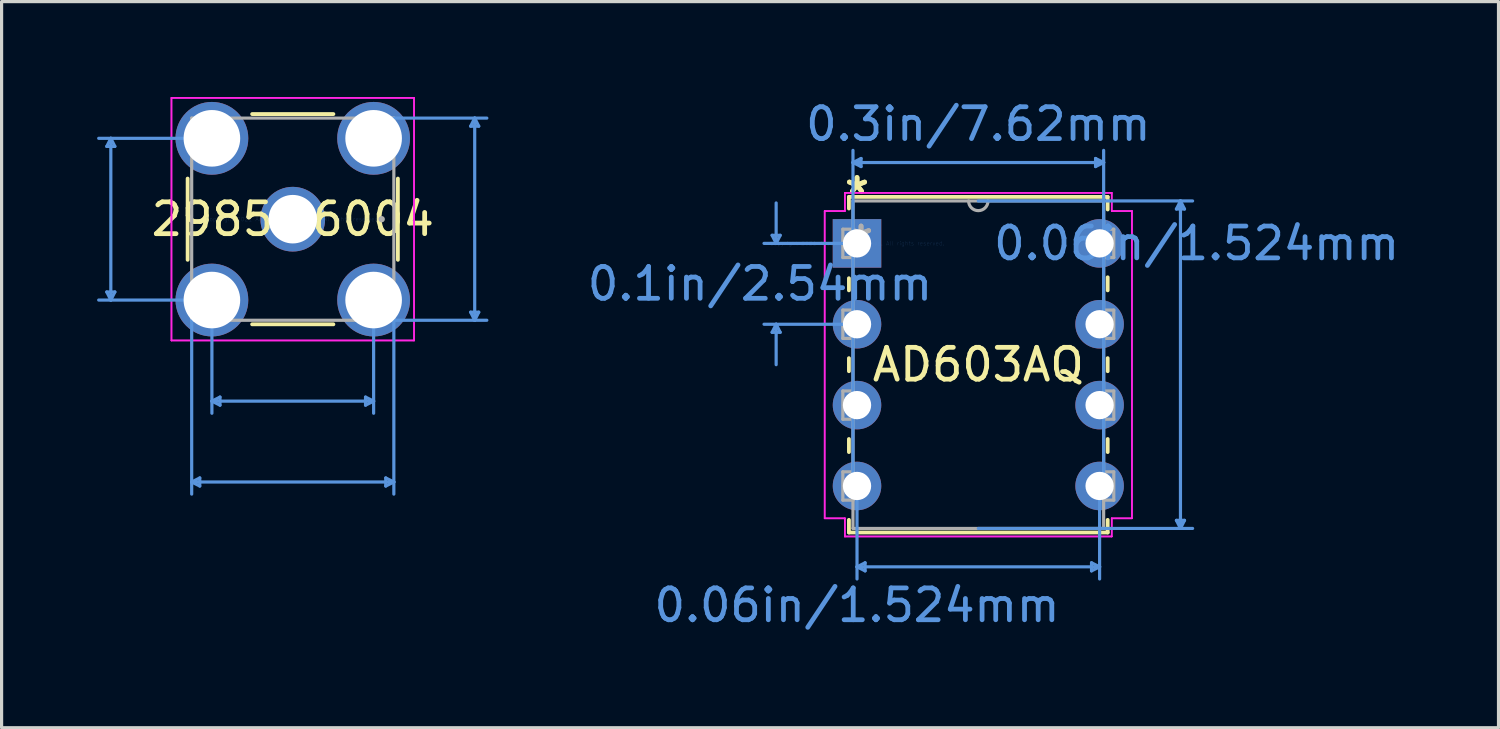
<source format=kicad_pcb>
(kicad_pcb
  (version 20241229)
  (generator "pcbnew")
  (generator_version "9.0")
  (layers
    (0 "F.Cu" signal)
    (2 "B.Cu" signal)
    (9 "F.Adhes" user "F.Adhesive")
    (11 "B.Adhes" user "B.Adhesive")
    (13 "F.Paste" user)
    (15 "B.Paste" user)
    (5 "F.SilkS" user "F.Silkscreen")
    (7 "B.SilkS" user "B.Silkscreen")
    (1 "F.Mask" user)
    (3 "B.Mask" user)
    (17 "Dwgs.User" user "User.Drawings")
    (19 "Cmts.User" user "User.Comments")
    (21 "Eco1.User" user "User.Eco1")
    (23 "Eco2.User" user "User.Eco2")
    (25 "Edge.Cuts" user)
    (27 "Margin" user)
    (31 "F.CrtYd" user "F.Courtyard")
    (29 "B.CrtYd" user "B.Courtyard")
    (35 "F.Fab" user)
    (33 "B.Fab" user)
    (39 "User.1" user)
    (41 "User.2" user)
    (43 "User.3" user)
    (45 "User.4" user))
  (footprint "2985-6004"
    (layer "F.Cu")
    (at 6.146 3.835)
    (property "Reference" "2985-6004" (at 0 0 0) (layer "F.SilkS") (effects (font (size 1 1) (thickness 0.15))))
    (attr through_hole)
    (fp_line (start -3.302 -1.276) (end -3.302 1.276) (stroke (width 0.12) (type solid)) (layer "F.SilkS"))
    (fp_line (start -1.276 3.302) (end 1.276 3.302) (stroke (width 0.12) (type solid)) (layer "F.SilkS"))
    (fp_line (start 1.276 -3.302) (end -1.276 -3.302) (stroke (width 0.12) (type solid)) (layer "F.SilkS"))
    (fp_line (start 3.302 1.276) (end 3.302 -1.276) (stroke (width 0.12) (type solid)) (layer "F.SilkS"))
    (fp_line (start -5.842 -2.286) (end -5.588 -2.286) (stroke (width 0.1) (type solid)) (layer "Cmts.User"))
    (fp_line (start -5.842 2.286) (end -5.588 2.286) (stroke (width 0.1) (type solid)) (layer "Cmts.User"))
    (fp_line (start -5.715 -2.54) (end -5.842 -2.286) (stroke (width 0.1) (type solid)) (layer "Cmts.User"))
    (fp_line (start -5.715 -2.54) (end -5.715 2.54) (stroke (width 0.1) (type solid)) (layer "Cmts.User"))
    (fp_line (start -5.715 -2.54) (end -5.588 -2.286) (stroke (width 0.1) (type solid)) (layer "Cmts.User"))
    (fp_line (start -5.715 2.54) (end -5.842 2.286) (stroke (width 0.1) (type solid)) (layer "Cmts.User"))
    (fp_line (start -5.715 2.54) (end -5.588 2.286) (stroke (width 0.1) (type solid)) (layer "Cmts.User"))
    (fp_line (start -3.175 3.175) (end -3.175 8.636) (stroke (width 0.1) (type solid)) (layer "Cmts.User"))
    (fp_line (start -3.175 8.255) (end -2.921 8.128) (stroke (width 0.1) (type solid)) (layer "Cmts.User"))
    (fp_line (start -3.175 8.255) (end -2.921 8.382) (stroke (width 0.1) (type solid)) (layer "Cmts.User"))
    (fp_line (start -3.175 8.255) (end 3.175 8.255) (stroke (width 0.1) (type solid)) (layer "Cmts.User"))
    (fp_line (start -2.921 8.128) (end -2.921 8.382) (stroke (width 0.1) (type solid)) (layer "Cmts.User"))
    (fp_line (start -2.54 -2.54) (end -6.096 -2.54) (stroke (width 0.1) (type solid)) (layer "Cmts.User"))
    (fp_line (start -2.54 2.54) (end -6.096 2.54) (stroke (width 0.1) (type solid)) (layer "Cmts.User"))
    (fp_line (start -2.54 2.54) (end -2.54 6.096) (stroke (width 0.1) (type solid)) (layer "Cmts.User"))
    (fp_line (start -2.54 5.715) (end -2.286 5.588) (stroke (width 0.1) (type solid)) (layer "Cmts.User"))
    (fp_line (start -2.54 5.715) (end -2.286 5.842) (stroke (width 0.1) (type solid)) (layer "Cmts.User"))
    (fp_line (start -2.54 5.715) (end 2.54 5.715) (stroke (width 0.1) (type solid)) (layer "Cmts.User"))
    (fp_line (start -2.286 5.588) (end -2.286 5.842) (stroke (width 0.1) (type solid)) (layer "Cmts.User"))
    (fp_line (start 2.286 5.588) (end 2.286 5.842) (stroke (width 0.1) (type solid)) (layer "Cmts.User"))
    (fp_line (start 2.54 2.54) (end 2.54 6.096) (stroke (width 0.1) (type solid)) (layer "Cmts.User"))
    (fp_line (start 2.54 5.715) (end 2.286 5.588) (stroke (width 0.1) (type solid)) (layer "Cmts.User"))
    (fp_line (start 2.54 5.715) (end 2.286 5.842) (stroke (width 0.1) (type solid)) (layer "Cmts.User"))
    (fp_line (start 2.921 8.128) (end 2.921 8.382) (stroke (width 0.1) (type solid)) (layer "Cmts.User"))
    (fp_line (start 3.175 -3.175) (end 6.096 -3.175) (stroke (width 0.1) (type solid)) (layer "Cmts.User"))
    (fp_line (start 3.175 3.175) (end 3.175 8.636) (stroke (width 0.1) (type solid)) (layer "Cmts.User"))
    (fp_line (start 3.175 3.175) (end 6.096 3.175) (stroke (width 0.1) (type solid)) (layer "Cmts.User"))
    (fp_line (start 3.175 8.255) (end 2.921 8.128) (stroke (width 0.1) (type solid)) (layer "Cmts.User"))
    (fp_line (start 3.175 8.255) (end 2.921 8.382) (stroke (width 0.1) (type solid)) (layer "Cmts.User"))
    (fp_line (start 5.588 -2.921) (end 5.842 -2.921) (stroke (width 0.1) (type solid)) (layer "Cmts.User"))
    (fp_line (start 5.588 2.921) (end 5.842 2.921) (stroke (width 0.1) (type solid)) (layer "Cmts.User"))
    (fp_line (start 5.715 -3.175) (end 5.588 -2.921) (stroke (width 0.1) (type solid)) (layer "Cmts.User"))
    (fp_line (start 5.715 -3.175) (end 5.715 3.175) (stroke (width 0.1) (type solid)) (layer "Cmts.User"))
    (fp_line (start 5.715 -3.175) (end 5.842 -2.921) (stroke (width 0.1) (type solid)) (layer "Cmts.User"))
    (fp_line (start 5.715 3.175) (end 5.588 2.921) (stroke (width 0.1) (type solid)) (layer "Cmts.User"))
    (fp_line (start 5.715 3.175) (end 5.842 2.921) (stroke (width 0.1) (type solid)) (layer "Cmts.User"))
    (fp_line (start -3.81 -3.81) (end 3.81 -3.81) (stroke (width 0.05) (type solid)) (layer "F.CrtYd"))
    (fp_line (start -3.81 -3.81) (end 3.81 -3.81) (stroke (width 0.05) (type solid)) (layer "F.CrtYd"))
    (fp_line (start -3.81 3.81) (end -3.81 -3.81) (stroke (width 0.05) (type solid)) (layer "F.CrtYd"))
    (fp_line (start -3.81 3.81) (end -3.81 -3.81) (stroke (width 0.05) (type solid)) (layer "F.CrtYd"))
    (fp_line (start 3.81 -3.81) (end 3.81 3.81) (stroke (width 0.05) (type solid)) (layer "F.CrtYd"))
    (fp_line (start 3.81 -3.81) (end 3.81 3.81) (stroke (width 0.05) (type solid)) (layer "F.CrtYd"))
    (fp_line (start 3.81 3.81) (end -3.81 3.81) (stroke (width 0.05) (type solid)) (layer "F.CrtYd"))
    (fp_line (start 3.81 3.81) (end -3.81 3.81) (stroke (width 0.05) (type solid)) (layer "F.CrtYd"))
    (fp_line (start -3.175 -3.175) (end -3.175 3.175) (stroke (width 0.1) (type solid)) (layer "F.Fab"))
    (fp_line (start -3.175 3.175) (end 3.175 3.175) (stroke (width 0.1) (type solid)) (layer "F.Fab"))
    (fp_line (start 3.175 -3.175) (end -3.175 -3.175) (stroke (width 0.1) (type solid)) (layer "F.Fab"))
    (fp_line (start 3.175 3.175) (end 3.175 -3.175) (stroke (width 0.1) (type solid)) (layer "F.Fab"))
    (fp_circle (center 2.794 0) (end 2.794 0) (stroke (width 0.1) (type solid)) (fill no) (layer "F.Fab"))
    (fp_text user "*" (at 0 0 0) (layer "F.SilkS") (effects (font (size 1 1) (thickness 0.15))))
    (fp_text user "Copyright 2021 Accelerated Designs. All rights reserved." (at 0 0 0) (layer "Cmts.User") (effects (font (size 0.127 0.127) (thickness 0.002))))
    (fp_text user "*" (at 0 0 0) (layer "F.Fab") (effects (font (size 1 1) (thickness 0.15))))
    (pad "1" thru_hole circle (at 0 0) (size 2.032 2.032) (drill 1.524) (layers "*.Cu" "*.Mask"))
    (pad "2" thru_hole circle (at -2.54 -2.54) (size 2.286 2.286) (drill 1.778) (layers "*.Cu" "*.Mask"))
    (pad "3" thru_hole circle (at -2.54 2.54) (size 2.286 2.286) (drill 1.778) (layers "*.Cu" "*.Mask"))
    (pad "4" thru_hole circle (at 2.54 2.54) (size 2.286 2.286) (drill 1.778) (layers "*.Cu" "*.Mask"))
    (pad "5" thru_hole circle (at 2.54 -2.54) (size 2.286 2.286) (drill 1.778) (layers "*.Cu" "*.Mask")))
  (footprint "AD603AQ"
    (layer "F.Cu")
    (at 23.87 4.595)
    (property "Reference" "AD603AQ" (at 3.81 3.81 0) (layer "F.SilkS") (effects (font (size 1 1) (thickness 0.15))))
    (attr through_hole)
    (fp_line (start -0.254 -1.46) (end -0.254 -1.095) (stroke (width 0.12) (type solid)) (layer "F.SilkS"))
    (fp_line (start -0.254 1.095) (end -0.254 1.475) (stroke (width 0.12) (type solid)) (layer "F.SilkS"))
    (fp_line (start -0.254 3.605) (end -0.254 4.015) (stroke (width 0.12) (type solid)) (layer "F.SilkS"))
    (fp_line (start -0.254 6.145) (end -0.254 6.555) (stroke (width 0.12) (type solid)) (layer "F.SilkS"))
    (fp_line (start -0.254 8.685) (end -0.254 9.081) (stroke (width 0.12) (type solid)) (layer "F.SilkS"))
    (fp_line (start -0.254 9.081) (end 7.874 9.081) (stroke (width 0.12) (type solid)) (layer "F.SilkS"))
    (fp_line (start 7.874 -1.46) (end -0.254 -1.46) (stroke (width 0.12) (type solid)) (layer "F.SilkS"))
    (fp_line (start 7.874 -1.065) (end 7.874 -1.46) (stroke (width 0.12) (type solid)) (layer "F.SilkS"))
    (fp_line (start 7.874 1.475) (end 7.874 1.065) (stroke (width 0.12) (type solid)) (layer "F.SilkS"))
    (fp_line (start 7.874 4.015) (end 7.874 3.605) (stroke (width 0.12) (type solid)) (layer "F.SilkS"))
    (fp_line (start 7.874 6.555) (end 7.874 6.145) (stroke (width 0.12) (type solid)) (layer "F.SilkS"))
    (fp_line (start 7.874 9.081) (end 7.874 8.685) (stroke (width 0.12) (type solid)) (layer "F.SilkS"))
    (fp_line (start -2.667 -0.254) (end -2.413 -0.254) (stroke (width 0.1) (type solid)) (layer "Cmts.User"))
    (fp_line (start -2.667 2.794) (end -2.413 2.794) (stroke (width 0.1) (type solid)) (layer "Cmts.User"))
    (fp_line (start -2.54 0) (end -2.667 -0.254) (stroke (width 0.1) (type solid)) (layer "Cmts.User"))
    (fp_line (start -2.54 0) (end -2.54 -1.27) (stroke (width 0.1) (type solid)) (layer "Cmts.User"))
    (fp_line (start -2.54 0) (end -2.413 -0.254) (stroke (width 0.1) (type solid)) (layer "Cmts.User"))
    (fp_line (start -2.54 2.54) (end -2.667 2.794) (stroke (width 0.1) (type solid)) (layer "Cmts.User"))
    (fp_line (start -2.54 2.54) (end -2.54 3.81) (stroke (width 0.1) (type solid)) (layer "Cmts.User"))
    (fp_line (start -2.54 2.54) (end -2.413 2.794) (stroke (width 0.1) (type solid)) (layer "Cmts.User"))
    (fp_line (start -0.127 -2.54) (end 0.127 -2.667) (stroke (width 0.1) (type solid)) (layer "Cmts.User"))
    (fp_line (start -0.127 -2.54) (end 0.127 -2.413) (stroke (width 0.1) (type solid)) (layer "Cmts.User"))
    (fp_line (start -0.127 -2.54) (end 7.747 -2.54) (stroke (width 0.1) (type solid)) (layer "Cmts.User"))
    (fp_line (start -0.127 7.62) (end -0.127 -2.921) (stroke (width 0.1) (type solid)) (layer "Cmts.User"))
    (fp_line (start 0 0) (end -2.921 0) (stroke (width 0.1) (type solid)) (layer "Cmts.User"))
    (fp_line (start 0 2.54) (end -2.921 2.54) (stroke (width 0.1) (type solid)) (layer "Cmts.User"))
    (fp_line (start 0 7.62) (end 0 10.541) (stroke (width 0.1) (type solid)) (layer "Cmts.User"))
    (fp_line (start 0 10.16) (end 0.254 10.033) (stroke (width 0.1) (type solid)) (layer "Cmts.User"))
    (fp_line (start 0 10.16) (end 0.254 10.287) (stroke (width 0.1) (type solid)) (layer "Cmts.User"))
    (fp_line (start 0 10.16) (end 7.62 10.16) (stroke (width 0.1) (type solid)) (layer "Cmts.User"))
    (fp_line (start 0.127 -2.667) (end 0.127 -2.413) (stroke (width 0.1) (type solid)) (layer "Cmts.User"))
    (fp_line (start 0.254 10.033) (end 0.254 10.287) (stroke (width 0.1) (type solid)) (layer "Cmts.User"))
    (fp_line (start 3.81 -1.333) (end 10.541 -1.333) (stroke (width 0.1) (type solid)) (layer "Cmts.User"))
    (fp_line (start 3.81 8.954) (end 10.541 8.954) (stroke (width 0.1) (type solid)) (layer "Cmts.User"))
    (fp_line (start 7.366 10.033) (end 7.366 10.287) (stroke (width 0.1) (type solid)) (layer "Cmts.User"))
    (fp_line (start 7.493 -2.667) (end 7.493 -2.413) (stroke (width 0.1) (type solid)) (layer "Cmts.User"))
    (fp_line (start 7.62 7.62) (end 7.62 10.541) (stroke (width 0.1) (type solid)) (layer "Cmts.User"))
    (fp_line (start 7.62 10.16) (end 7.366 10.033) (stroke (width 0.1) (type solid)) (layer "Cmts.User"))
    (fp_line (start 7.62 10.16) (end 7.366 10.287) (stroke (width 0.1) (type solid)) (layer "Cmts.User"))
    (fp_line (start 7.747 -2.54) (end 7.493 -2.667) (stroke (width 0.1) (type solid)) (layer "Cmts.User"))
    (fp_line (start 7.747 -2.54) (end 7.493 -2.413) (stroke (width 0.1) (type solid)) (layer "Cmts.User"))
    (fp_line (start 7.747 7.62) (end 7.747 -2.921) (stroke (width 0.1) (type solid)) (layer "Cmts.User"))
    (fp_line (start 10.033 -1.079) (end 10.287 -1.079) (stroke (width 0.1) (type solid)) (layer "Cmts.User"))
    (fp_line (start 10.033 8.7) (end 10.287 8.7) (stroke (width 0.1) (type solid)) (layer "Cmts.User"))
    (fp_line (start 10.16 -1.333) (end 10.033 -1.079) (stroke (width 0.1) (type solid)) (layer "Cmts.User"))
    (fp_line (start 10.16 -1.333) (end 10.16 8.954) (stroke (width 0.1) (type solid)) (layer "Cmts.User"))
    (fp_line (start 10.16 -1.333) (end 10.287 -1.079) (stroke (width 0.1) (type solid)) (layer "Cmts.User"))
    (fp_line (start 10.16 8.954) (end 10.033 8.7) (stroke (width 0.1) (type solid)) (layer "Cmts.User"))
    (fp_line (start 10.16 8.954) (end 10.287 8.7) (stroke (width 0.1) (type solid)) (layer "Cmts.User"))
    (fp_line (start -1.016 -1.016) (end -1.016 8.636) (stroke (width 0.05) (type solid)) (layer "F.CrtYd"))
    (fp_line (start -1.016 -1.016) (end -0.381 -1.016) (stroke (width 0.05) (type solid)) (layer "F.CrtYd"))
    (fp_line (start -1.016 8.636) (end -1.016 -1.016) (stroke (width 0.05) (type solid)) (layer "F.CrtYd"))
    (fp_line (start -1.016 8.636) (end -0.381 8.636) (stroke (width 0.05) (type solid)) (layer "F.CrtYd"))
    (fp_line (start -0.381 -1.587) (end -0.381 -1.016) (stroke (width 0.05) (type solid)) (layer "F.CrtYd"))
    (fp_line (start -0.381 -1.587) (end 8.001 -1.587) (stroke (width 0.05) (type solid)) (layer "F.CrtYd"))
    (fp_line (start -0.381 -1.016) (end -1.016 -1.016) (stroke (width 0.05) (type solid)) (layer "F.CrtYd"))
    (fp_line (start -0.381 -1.016) (end -0.381 -1.587) (stroke (width 0.05) (type solid)) (layer "F.CrtYd"))
    (fp_line (start -0.381 8.636) (end -1.016 8.636) (stroke (width 0.05) (type solid)) (layer "F.CrtYd"))
    (fp_line (start -0.381 8.636) (end -0.381 9.207) (stroke (width 0.05) (type solid)) (layer "F.CrtYd"))
    (fp_line (start -0.381 9.207) (end -0.381 8.636) (stroke (width 0.05) (type solid)) (layer "F.CrtYd"))
    (fp_line (start -0.381 9.207) (end 8.001 9.207) (stroke (width 0.05) (type solid)) (layer "F.CrtYd"))
    (fp_line (start 8.001 -1.587) (end -0.381 -1.587) (stroke (width 0.05) (type solid)) (layer "F.CrtYd"))
    (fp_line (start 8.001 -1.587) (end 8.001 -1.016) (stroke (width 0.05) (type solid)) (layer "F.CrtYd"))
    (fp_line (start 8.001 -1.016) (end 8.001 -1.587) (stroke (width 0.05) (type solid)) (layer "F.CrtYd"))
    (fp_line (start 8.001 8.636) (end 8.001 9.207) (stroke (width 0.05) (type solid)) (layer "F.CrtYd"))
    (fp_line (start 8.001 8.636) (end 8.636 8.636) (stroke (width 0.05) (type solid)) (layer "F.CrtYd"))
    (fp_line (start 8.001 9.207) (end -0.381 9.207) (stroke (width 0.05) (type solid)) (layer "F.CrtYd"))
    (fp_line (start 8.001 9.207) (end 8.001 8.636) (stroke (width 0.05) (type solid)) (layer "F.CrtYd"))
    (fp_line (start 8.636 -1.016) (end 8.001 -1.016) (stroke (width 0.05) (type solid)) (layer "F.CrtYd"))
    (fp_line (start 8.636 -1.016) (end 8.001 -1.016) (stroke (width 0.05) (type solid)) (layer "F.CrtYd"))
    (fp_line (start 8.636 -1.016) (end 8.636 8.636) (stroke (width 0.05) (type solid)) (layer "F.CrtYd"))
    (fp_line (start 8.636 8.636) (end 8.001 8.636) (stroke (width 0.05) (type solid)) (layer "F.CrtYd"))
    (fp_line (start 8.636 8.636) (end 8.636 -1.016) (stroke (width 0.05) (type solid)) (layer "F.CrtYd"))
    (fp_line (start -0.445 -0.445) (end -0.445 0.445) (stroke (width 0.1) (type solid)) (layer "F.Fab"))
    (fp_line (start -0.445 0.445) (end -0.127 0.445) (stroke (width 0.1) (type solid)) (layer "F.Fab"))
    (fp_line (start -0.445 2.095) (end -0.445 2.985) (stroke (width 0.1) (type solid)) (layer "F.Fab"))
    (fp_line (start -0.445 2.985) (end -0.127 2.985) (stroke (width 0.1) (type solid)) (layer "F.Fab"))
    (fp_line (start -0.445 4.636) (end -0.445 5.524) (stroke (width 0.1) (type solid)) (layer "F.Fab"))
    (fp_line (start -0.445 5.524) (end -0.127 5.524) (stroke (width 0.1) (type solid)) (layer "F.Fab"))
    (fp_line (start -0.445 7.176) (end -0.445 8.065) (stroke (width 0.1) (type solid)) (layer "F.Fab"))
    (fp_line (start -0.445 8.065) (end -0.127 8.065) (stroke (width 0.1) (type solid)) (layer "F.Fab"))
    (fp_line (start -0.127 -1.333) (end -0.127 8.954) (stroke (width 0.1) (type solid)) (layer "F.Fab"))
    (fp_line (start -0.127 -0.445) (end -0.445 -0.445) (stroke (width 0.1) (type solid)) (layer "F.Fab"))
    (fp_line (start -0.127 0.445) (end -0.127 -0.445) (stroke (width 0.1) (type solid)) (layer "F.Fab"))
    (fp_line (start -0.127 2.095) (end -0.445 2.095) (stroke (width 0.1) (type solid)) (layer "F.Fab"))
    (fp_line (start -0.127 2.985) (end -0.127 2.095) (stroke (width 0.1) (type solid)) (layer "F.Fab"))
    (fp_line (start -0.127 4.636) (end -0.445 4.636) (stroke (width 0.1) (type solid)) (layer "F.Fab"))
    (fp_line (start -0.127 5.524) (end -0.127 4.636) (stroke (width 0.1) (type solid)) (layer "F.Fab"))
    (fp_line (start -0.127 7.176) (end -0.445 7.176) (stroke (width 0.1) (type solid)) (layer "F.Fab"))
    (fp_line (start -0.127 8.065) (end -0.127 7.176) (stroke (width 0.1) (type solid)) (layer "F.Fab"))
    (fp_line (start -0.127 8.954) (end 7.747 8.954) (stroke (width 0.1) (type solid)) (layer "F.Fab"))
    (fp_line (start 7.747 -1.333) (end -0.127 -1.333) (stroke (width 0.1) (type solid)) (layer "F.Fab"))
    (fp_line (start 7.747 -0.445) (end 7.747 0.445) (stroke (width 0.1) (type solid)) (layer "F.Fab"))
    (fp_line (start 7.747 0.445) (end 8.065 0.445) (stroke (width 0.1) (type solid)) (layer "F.Fab"))
    (fp_line (start 7.747 2.095) (end 7.747 2.985) (stroke (width 0.1) (type solid)) (layer "F.Fab"))
    (fp_line (start 7.747 2.985) (end 8.065 2.985) (stroke (width 0.1) (type solid)) (layer "F.Fab"))
    (fp_line (start 7.747 4.636) (end 7.747 5.524) (stroke (width 0.1) (type solid)) (layer "F.Fab"))
    (fp_line (start 7.747 5.524) (end 8.065 5.524) (stroke (width 0.1) (type solid)) (layer "F.Fab"))
    (fp_line (start 7.747 7.176) (end 7.747 8.065) (stroke (width 0.1) (type solid)) (layer "F.Fab"))
    (fp_line (start 7.747 8.065) (end 8.065 8.065) (stroke (width 0.1) (type solid)) (layer "F.Fab"))
    (fp_line (start 7.747 8.954) (end 7.747 -1.333) (stroke (width 0.1) (type solid)) (layer "F.Fab"))
    (fp_line (start 8.065 -0.445) (end 7.747 -0.445) (stroke (width 0.1) (type solid)) (layer "F.Fab"))
    (fp_line (start 8.065 0.445) (end 8.065 -0.445) (stroke (width 0.1) (type solid)) (layer "F.Fab"))
    (fp_line (start 8.065 2.095) (end 7.747 2.095) (stroke (width 0.1) (type solid)) (layer "F.Fab"))
    (fp_line (start 8.065 2.985) (end 8.065 2.095) (stroke (width 0.1) (type solid)) (layer "F.Fab"))
    (fp_line (start 8.065 4.636) (end 7.747 4.636) (stroke (width 0.1) (type solid)) (layer "F.Fab"))
    (fp_line (start 8.065 5.524) (end 8.065 4.636) (stroke (width 0.1) (type solid)) (layer "F.Fab"))
    (fp_line (start 8.065 7.176) (end 7.747 7.176) (stroke (width 0.1) (type solid)) (layer "F.Fab"))
    (fp_line (start 8.065 8.065) (end 8.065 7.176) (stroke (width 0.1) (type solid)) (layer "F.Fab"))
    (fp_arc (start 4.1148 -1.3335) (mid 3.81 -1.0287) (end 3.5052 -1.3335) (stroke (width 0.1) (type solid)) (layer "F.Fab"))
    (fp_text user "*" (at 0 -1.524 0) (layer "F.SilkS") (effects (font (size 1 1) (thickness 0.15))))
    (fp_text user "*" (at 0 -1.524 0) (layer "F.SilkS") (effects (font (size 1 1) (thickness 0.15))))
    (fp_text user "0.3in/7.62mm" (at 3.81 -3.747 0) (layer "Cmts.User") (effects (font (size 1 1) (thickness 0.15))))
    (fp_text user "0.06in/1.524mm" (at 10.668 0 0) (layer "Cmts.User") (effects (font (size 1 1) (thickness 0.15))))
    (fp_text user "0.1in/2.54mm" (at -3.048 1.27 0) (layer "Cmts.User") (effects (font (size 1 1) (thickness 0.15))))
    (fp_text user "0.06in/1.524mm" (at 0 11.367 0) (layer "Cmts.User") (effects (font (size 1 1) (thickness 0.15))))
    (fp_text user "Copyright 2021 Accelerated Designs. All rights reserved." (at 0 0 0) (layer "Cmts.User") (effects (font (size 0.127 0.127) (thickness 0.002))))
    (fp_text user "*" (at 0.127 0 0) (layer "F.Fab") (effects (font (size 1 1) (thickness 0.15))))
    (fp_text user "*" (at 0.127 0 0) (layer "F.Fab") (effects (font (size 1 1) (thickness 0.15))))
    (pad "1" thru_hole rect (at 0 0) (size 1.524 1.524) (drill 0.889) (layers "*.Cu" "*.Mask"))
    (pad "2" thru_hole circle (at 0 2.54) (size 1.524 1.524) (drill 0.889) (layers "*.Cu" "*.Mask"))
    (pad "3" thru_hole circle (at 0 5.08) (size 1.524 1.524) (drill 0.889) (layers "*.Cu" "*.Mask"))
    (pad "4" thru_hole circle (at 0 7.62) (size 1.524 1.524) (drill 0.889) (layers "*.Cu" "*.Mask"))
    (pad "5" thru_hole circle (at 7.62 7.62) (size 1.524 1.524) (drill 0.889) (layers "*.Cu" "*.Mask"))
    (pad "6" thru_hole circle (at 7.62 5.08) (size 1.524 1.524) (drill 0.889) (layers "*.Cu" "*.Mask"))
    (pad "7" thru_hole circle (at 7.62 2.54) (size 1.524 1.524) (drill 0.889) (layers "*.Cu" "*.Mask"))
    (pad "8" thru_hole circle (at 7.62 0) (size 1.524 1.524) (drill 0.889) (layers "*.Cu" "*.Mask")))
  (gr_rect
    (start -3 -3)
    (end 44.02 19.809)
    (stroke (width 0.1) (type default))
    (fill no)
    (layer "Edge.Cuts")))
</source>
